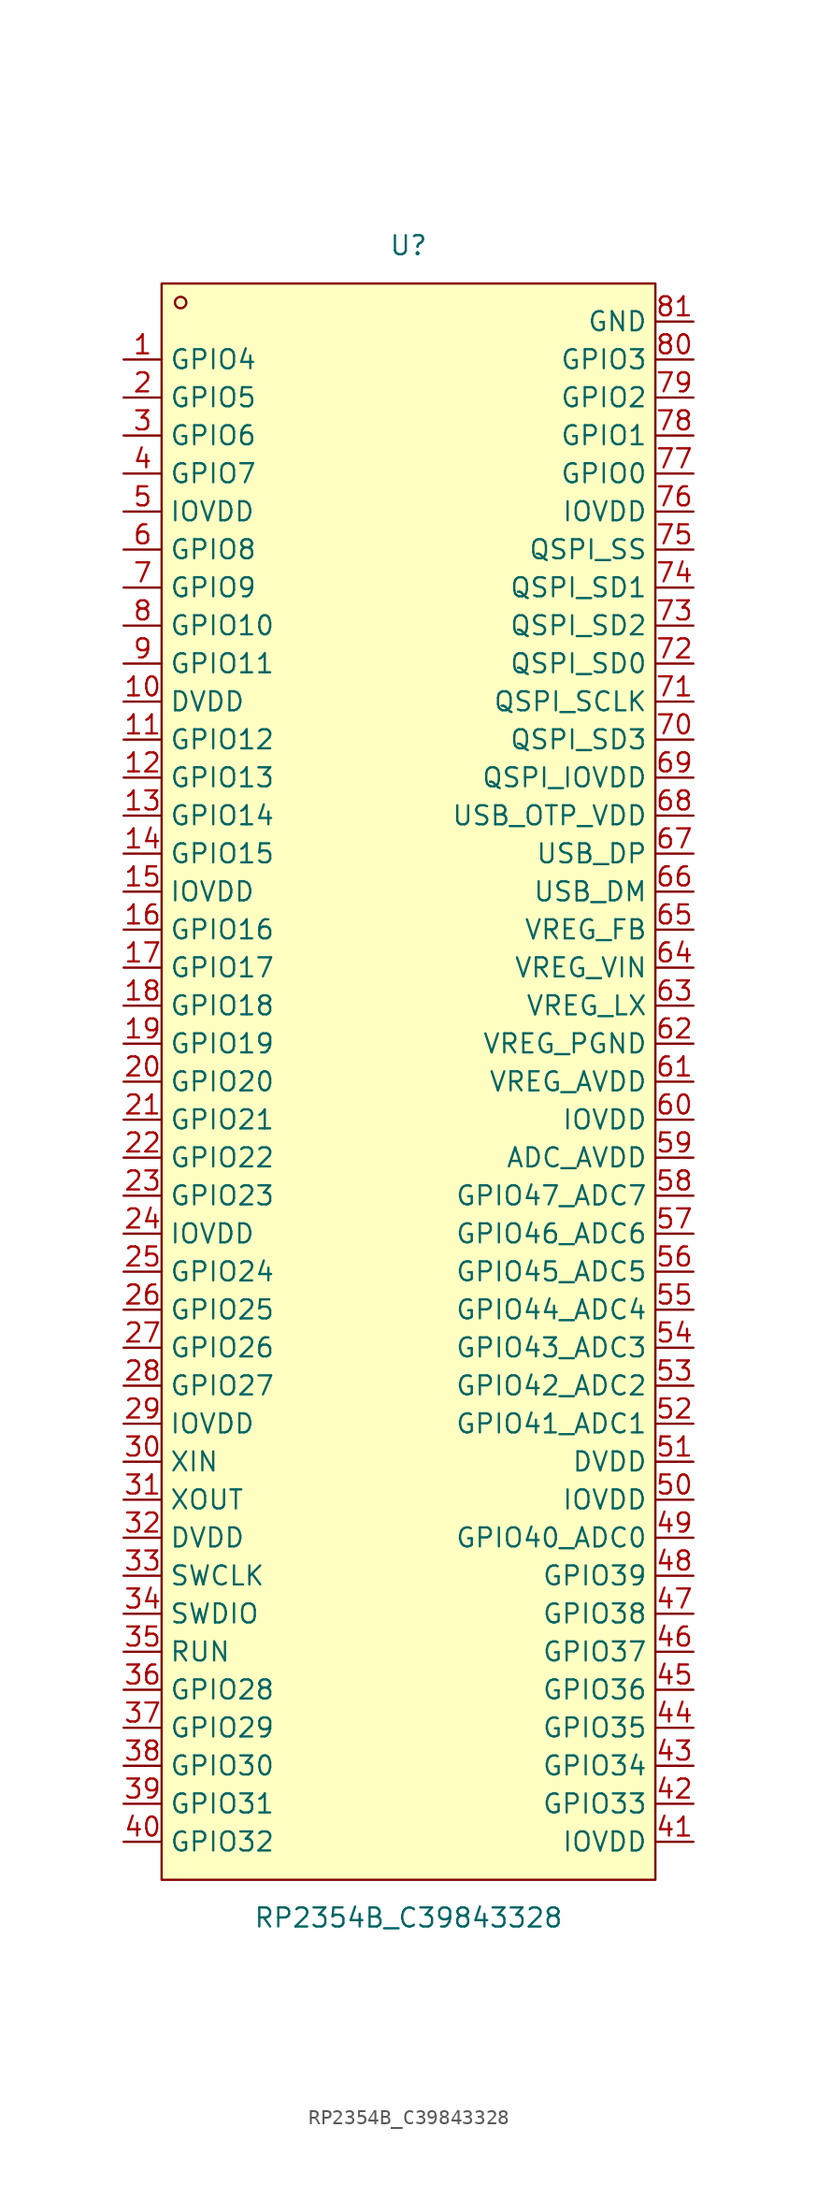
<source format=kicad_sym>
(kicad_symbol_lib
  (version 20241209)
  (generator "kicad_symbol_editor")
  (generator_version "9.0")
  (symbol "RP2354B_C39843328"
    (property "Reference" "U"
      (at 0 55.88 0)
      (effects (font (size 1.27 1.27))))
    (property "Value" "RP2354B_C39843328"
      (at 0 -55.88 0)
      (effects (font (size 1.27 1.27))))
    (symbol "RP2354B_C39843328_0_1"
      (rectangle (start -16.51 53.34) (end 16.51 -53.34) (stroke (width 0) (type default)) (fill (type background)))
      (circle (center -15.24 52.07) (radius 0.38) (stroke (width 0) (type default)) (fill (type none)))
      (pin unspecified line (at -19.05 48.26 0) (length 2.54) (name "GPIO4" (effects (font (size 1.27 1.27)))) (number "1" (effects (font (size 1.27 1.27)))))
      (pin unspecified line (at -19.05 45.72 0) (length 2.54) (name "GPIO5" (effects (font (size 1.27 1.27)))) (number "2" (effects (font (size 1.27 1.27)))))
      (pin unspecified line (at -19.05 43.18 0) (length 2.54) (name "GPIO6" (effects (font (size 1.27 1.27)))) (number "3" (effects (font (size 1.27 1.27)))))
      (pin unspecified line (at -19.05 40.64 0) (length 2.54) (name "GPIO7" (effects (font (size 1.27 1.27)))) (number "4" (effects (font (size 1.27 1.27)))))
      (pin unspecified line (at -19.05 38.1 0) (length 2.54) (name "IOVDD" (effects (font (size 1.27 1.27)))) (number "5" (effects (font (size 1.27 1.27)))))
      (pin unspecified line (at -19.05 35.56 0) (length 2.54) (name "GPIO8" (effects (font (size 1.27 1.27)))) (number "6" (effects (font (size 1.27 1.27)))))
      (pin unspecified line (at -19.05 33.02 0) (length 2.54) (name "GPIO9" (effects (font (size 1.27 1.27)))) (number "7" (effects (font (size 1.27 1.27)))))
      (pin unspecified line (at -19.05 30.48 0) (length 2.54) (name "GPIO10" (effects (font (size 1.27 1.27)))) (number "8" (effects (font (size 1.27 1.27)))))
      (pin unspecified line (at -19.05 27.94 0) (length 2.54) (name "GPIO11" (effects (font (size 1.27 1.27)))) (number "9" (effects (font (size 1.27 1.27)))))
      (pin unspecified line (at -19.05 25.4 0) (length 2.54) (name "DVDD" (effects (font (size 1.27 1.27)))) (number "10" (effects (font (size 1.27 1.27)))))
      (pin unspecified line (at -19.05 22.86 0) (length 2.54) (name "GPIO12" (effects (font (size 1.27 1.27)))) (number "11" (effects (font (size 1.27 1.27)))))
      (pin unspecified line (at -19.05 20.32 0) (length 2.54) (name "GPIO13" (effects (font (size 1.27 1.27)))) (number "12" (effects (font (size 1.27 1.27)))))
      (pin unspecified line (at -19.05 17.78 0) (length 2.54) (name "GPIO14" (effects (font (size 1.27 1.27)))) (number "13" (effects (font (size 1.27 1.27)))))
      (pin unspecified line (at -19.05 15.24 0) (length 2.54) (name "GPIO15" (effects (font (size 1.27 1.27)))) (number "14" (effects (font (size 1.27 1.27)))))
      (pin unspecified line (at -19.05 12.7 0) (length 2.54) (name "IOVDD" (effects (font (size 1.27 1.27)))) (number "15" (effects (font (size 1.27 1.27)))))
      (pin unspecified line (at -19.05 10.16 0) (length 2.54) (name "GPIO16" (effects (font (size 1.27 1.27)))) (number "16" (effects (font (size 1.27 1.27)))))
      (pin unspecified line (at -19.05 7.62 0) (length 2.54) (name "GPIO17" (effects (font (size 1.27 1.27)))) (number "17" (effects (font (size 1.27 1.27)))))
      (pin unspecified line (at -19.05 5.08 0) (length 2.54) (name "GPIO18" (effects (font (size 1.27 1.27)))) (number "18" (effects (font (size 1.27 1.27)))))
      (pin unspecified line (at -19.05 2.54 0) (length 2.54) (name "GPIO19" (effects (font (size 1.27 1.27)))) (number "19" (effects (font (size 1.27 1.27)))))
      (pin unspecified line (at -19.05 0 0) (length 2.54) (name "GPIO20" (effects (font (size 1.27 1.27)))) (number "20" (effects (font (size 1.27 1.27)))))
      (pin unspecified line (at -19.05 -2.54 0) (length 2.54) (name "GPIO21" (effects (font (size 1.27 1.27)))) (number "21" (effects (font (size 1.27 1.27)))))
      (pin unspecified line (at -19.05 -5.08 0) (length 2.54) (name "GPIO22" (effects (font (size 1.27 1.27)))) (number "22" (effects (font (size 1.27 1.27)))))
      (pin unspecified line (at -19.05 -7.62 0) (length 2.54) (name "GPIO23" (effects (font (size 1.27 1.27)))) (number "23" (effects (font (size 1.27 1.27)))))
      (pin unspecified line (at -19.05 -10.16 0) (length 2.54) (name "IOVDD" (effects (font (size 1.27 1.27)))) (number "24" (effects (font (size 1.27 1.27)))))
      (pin unspecified line (at -19.05 -12.7 0) (length 2.54) (name "GPIO24" (effects (font (size 1.27 1.27)))) (number "25" (effects (font (size 1.27 1.27)))))
      (pin unspecified line (at -19.05 -15.24 0) (length 2.54) (name "GPIO25" (effects (font (size 1.27 1.27)))) (number "26" (effects (font (size 1.27 1.27)))))
      (pin unspecified line (at -19.05 -17.78 0) (length 2.54) (name "GPIO26" (effects (font (size 1.27 1.27)))) (number "27" (effects (font (size 1.27 1.27)))))
      (pin unspecified line (at -19.05 -20.32 0) (length 2.54) (name "GPIO27" (effects (font (size 1.27 1.27)))) (number "28" (effects (font (size 1.27 1.27)))))
      (pin unspecified line (at -19.05 -22.86 0) (length 2.54) (name "IOVDD" (effects (font (size 1.27 1.27)))) (number "29" (effects (font (size 1.27 1.27)))))
      (pin unspecified line (at -19.05 -25.4 0) (length 2.54) (name "XIN" (effects (font (size 1.27 1.27)))) (number "30" (effects (font (size 1.27 1.27)))))
      (pin unspecified line (at -19.05 -27.94 0) (length 2.54) (name "XOUT" (effects (font (size 1.27 1.27)))) (number "31" (effects (font (size 1.27 1.27)))))
      (pin unspecified line (at -19.05 -30.48 0) (length 2.54) (name "DVDD" (effects (font (size 1.27 1.27)))) (number "32" (effects (font (size 1.27 1.27)))))
      (pin unspecified line (at -19.05 -33.02 0) (length 2.54) (name "SWCLK" (effects (font (size 1.27 1.27)))) (number "33" (effects (font (size 1.27 1.27)))))
      (pin unspecified line (at -19.05 -35.56 0) (length 2.54) (name "SWDIO" (effects (font (size 1.27 1.27)))) (number "34" (effects (font (size 1.27 1.27)))))
      (pin unspecified line (at -19.05 -38.1 0) (length 2.54) (name "RUN" (effects (font (size 1.27 1.27)))) (number "35" (effects (font (size 1.27 1.27)))))
      (pin unspecified line (at -19.05 -40.64 0) (length 2.54) (name "GPIO28" (effects (font (size 1.27 1.27)))) (number "36" (effects (font (size 1.27 1.27)))))
      (pin unspecified line (at -19.05 -43.18 0) (length 2.54) (name "GPIO29" (effects (font (size 1.27 1.27)))) (number "37" (effects (font (size 1.27 1.27)))))
      (pin unspecified line (at -19.05 -45.72 0) (length 2.54) (name "GPIO30" (effects (font (size 1.27 1.27)))) (number "38" (effects (font (size 1.27 1.27)))))
      (pin unspecified line (at -19.05 -48.26 0) (length 2.54) (name "GPIO31" (effects (font (size 1.27 1.27)))) (number "39" (effects (font (size 1.27 1.27)))))
      (pin unspecified line (at -19.05 -50.8 0) (length 2.54) (name "GPIO32" (effects (font (size 1.27 1.27)))) (number "40" (effects (font (size 1.27 1.27)))))
      (pin unspecified line (at 19.05 50.8 180) (length 2.54) (name "GND" (effects (font (size 1.27 1.27)))) (number "81" (effects (font (size 1.27 1.27)))))
      (pin unspecified line (at 19.05 48.26 180) (length 2.54) (name "GPIO3" (effects (font (size 1.27 1.27)))) (number "80" (effects (font (size 1.27 1.27)))))
      (pin unspecified line (at 19.05 45.72 180) (length 2.54) (name "GPIO2" (effects (font (size 1.27 1.27)))) (number "79" (effects (font (size 1.27 1.27)))))
      (pin unspecified line (at 19.05 43.18 180) (length 2.54) (name "GPIO1" (effects (font (size 1.27 1.27)))) (number "78" (effects (font (size 1.27 1.27)))))
      (pin unspecified line (at 19.05 40.64 180) (length 2.54) (name "GPIO0" (effects (font (size 1.27 1.27)))) (number "77" (effects (font (size 1.27 1.27)))))
      (pin unspecified line (at 19.05 38.1 180) (length 2.54) (name "IOVDD" (effects (font (size 1.27 1.27)))) (number "76" (effects (font (size 1.27 1.27)))))
      (pin unspecified line (at 19.05 35.56 180) (length 2.54) (name "QSPI_SS" (effects (font (size 1.27 1.27)))) (number "75" (effects (font (size 1.27 1.27)))))
      (pin unspecified line (at 19.05 33.02 180) (length 2.54) (name "QSPI_SD1" (effects (font (size 1.27 1.27)))) (number "74" (effects (font (size 1.27 1.27)))))
      (pin unspecified line (at 19.05 30.48 180) (length 2.54) (name "QSPI_SD2" (effects (font (size 1.27 1.27)))) (number "73" (effects (font (size 1.27 1.27)))))
      (pin unspecified line (at 19.05 27.94 180) (length 2.54) (name "QSPI_SD0" (effects (font (size 1.27 1.27)))) (number "72" (effects (font (size 1.27 1.27)))))
      (pin unspecified line (at 19.05 25.4 180) (length 2.54) (name "QSPI_SCLK" (effects (font (size 1.27 1.27)))) (number "71" (effects (font (size 1.27 1.27)))))
      (pin unspecified line (at 19.05 22.86 180) (length 2.54) (name "QSPI_SD3" (effects (font (size 1.27 1.27)))) (number "70" (effects (font (size 1.27 1.27)))))
      (pin unspecified line (at 19.05 20.32 180) (length 2.54) (name "QSPI_IOVDD" (effects (font (size 1.27 1.27)))) (number "69" (effects (font (size 1.27 1.27)))))
      (pin unspecified line (at 19.05 17.78 180) (length 2.54) (name "USB_OTP_VDD" (effects (font (size 1.27 1.27)))) (number "68" (effects (font (size 1.27 1.27)))))
      (pin unspecified line (at 19.05 15.24 180) (length 2.54) (name "USB_DP" (effects (font (size 1.27 1.27)))) (number "67" (effects (font (size 1.27 1.27)))))
      (pin unspecified line (at 19.05 12.7 180) (length 2.54) (name "USB_DM" (effects (font (size 1.27 1.27)))) (number "66" (effects (font (size 1.27 1.27)))))
      (pin unspecified line (at 19.05 10.16 180) (length 2.54) (name "VREG_FB" (effects (font (size 1.27 1.27)))) (number "65" (effects (font (size 1.27 1.27)))))
      (pin unspecified line (at 19.05 7.62 180) (length 2.54) (name "VREG_VIN" (effects (font (size 1.27 1.27)))) (number "64" (effects (font (size 1.27 1.27)))))
      (pin unspecified line (at 19.05 5.08 180) (length 2.54) (name "VREG_LX" (effects (font (size 1.27 1.27)))) (number "63" (effects (font (size 1.27 1.27)))))
      (pin unspecified line (at 19.05 2.54 180) (length 2.54) (name "VREG_PGND" (effects (font (size 1.27 1.27)))) (number "62" (effects (font (size 1.27 1.27)))))
      (pin unspecified line (at 19.05 0 180) (length 2.54) (name "VREG_AVDD" (effects (font (size 1.27 1.27)))) (number "61" (effects (font (size 1.27 1.27)))))
      (pin unspecified line (at 19.05 -2.54 180) (length 2.54) (name "IOVDD" (effects (font (size 1.27 1.27)))) (number "60" (effects (font (size 1.27 1.27)))))
      (pin unspecified line (at 19.05 -5.08 180) (length 2.54) (name "ADC_AVDD" (effects (font (size 1.27 1.27)))) (number "59" (effects (font (size 1.27 1.27)))))
      (pin unspecified line (at 19.05 -7.62 180) (length 2.54) (name "GPIO47_ADC7" (effects (font (size 1.27 1.27)))) (number "58" (effects (font (size 1.27 1.27)))))
      (pin unspecified line (at 19.05 -10.16 180) (length 2.54) (name "GPIO46_ADC6" (effects (font (size 1.27 1.27)))) (number "57" (effects (font (size 1.27 1.27)))))
      (pin unspecified line (at 19.05 -12.7 180) (length 2.54) (name "GPIO45_ADC5" (effects (font (size 1.27 1.27)))) (number "56" (effects (font (size 1.27 1.27)))))
      (pin unspecified line (at 19.05 -15.24 180) (length 2.54) (name "GPIO44_ADC4" (effects (font (size 1.27 1.27)))) (number "55" (effects (font (size 1.27 1.27)))))
      (pin unspecified line (at 19.05 -17.78 180) (length 2.54) (name "GPIO43_ADC3" (effects (font (size 1.27 1.27)))) (number "54" (effects (font (size 1.27 1.27)))))
      (pin unspecified line (at 19.05 -20.32 180) (length 2.54) (name "GPIO42_ADC2" (effects (font (size 1.27 1.27)))) (number "53" (effects (font (size 1.27 1.27)))))
      (pin unspecified line (at 19.05 -22.86 180) (length 2.54) (name "GPIO41_ADC1" (effects (font (size 1.27 1.27)))) (number "52" (effects (font (size 1.27 1.27)))))
      (pin unspecified line (at 19.05 -25.4 180) (length 2.54) (name "DVDD" (effects (font (size 1.27 1.27)))) (number "51" (effects (font (size 1.27 1.27)))))
      (pin unspecified line (at 19.05 -27.94 180) (length 2.54) (name "IOVDD" (effects (font (size 1.27 1.27)))) (number "50" (effects (font (size 1.27 1.27)))))
      (pin unspecified line (at 19.05 -30.48 180) (length 2.54) (name "GPIO40_ADC0" (effects (font (size 1.27 1.27)))) (number "49" (effects (font (size 1.27 1.27)))))
      (pin unspecified line (at 19.05 -33.02 180) (length 2.54) (name "GPIO39" (effects (font (size 1.27 1.27)))) (number "48" (effects (font (size 1.27 1.27)))))
      (pin unspecified line (at 19.05 -35.56 180) (length 2.54) (name "GPIO38" (effects (font (size 1.27 1.27)))) (number "47" (effects (font (size 1.27 1.27)))))
      (pin unspecified line (at 19.05 -38.1 180) (length 2.54) (name "GPIO37" (effects (font (size 1.27 1.27)))) (number "46" (effects (font (size 1.27 1.27)))))
      (pin unspecified line (at 19.05 -40.64 180) (length 2.54) (name "GPIO36" (effects (font (size 1.27 1.27)))) (number "45" (effects (font (size 1.27 1.27)))))
      (pin unspecified line (at 19.05 -43.18 180) (length 2.54) (name "GPIO35" (effects (font (size 1.27 1.27)))) (number "44" (effects (font (size 1.27 1.27)))))
      (pin unspecified line (at 19.05 -45.72 180) (length 2.54) (name "GPIO34" (effects (font (size 1.27 1.27)))) (number "43" (effects (font (size 1.27 1.27)))))
      (pin unspecified line (at 19.05 -48.26 180) (length 2.54) (name "GPIO33" (effects (font (size 1.27 1.27)))) (number "42" (effects (font (size 1.27 1.27)))))
      (pin unspecified line (at 19.05 -50.8 180) (length 2.54) (name "IOVDD" (effects (font (size 1.27 1.27)))) (number "41" (effects (font (size 1.27 1.27))))))))
</source>
